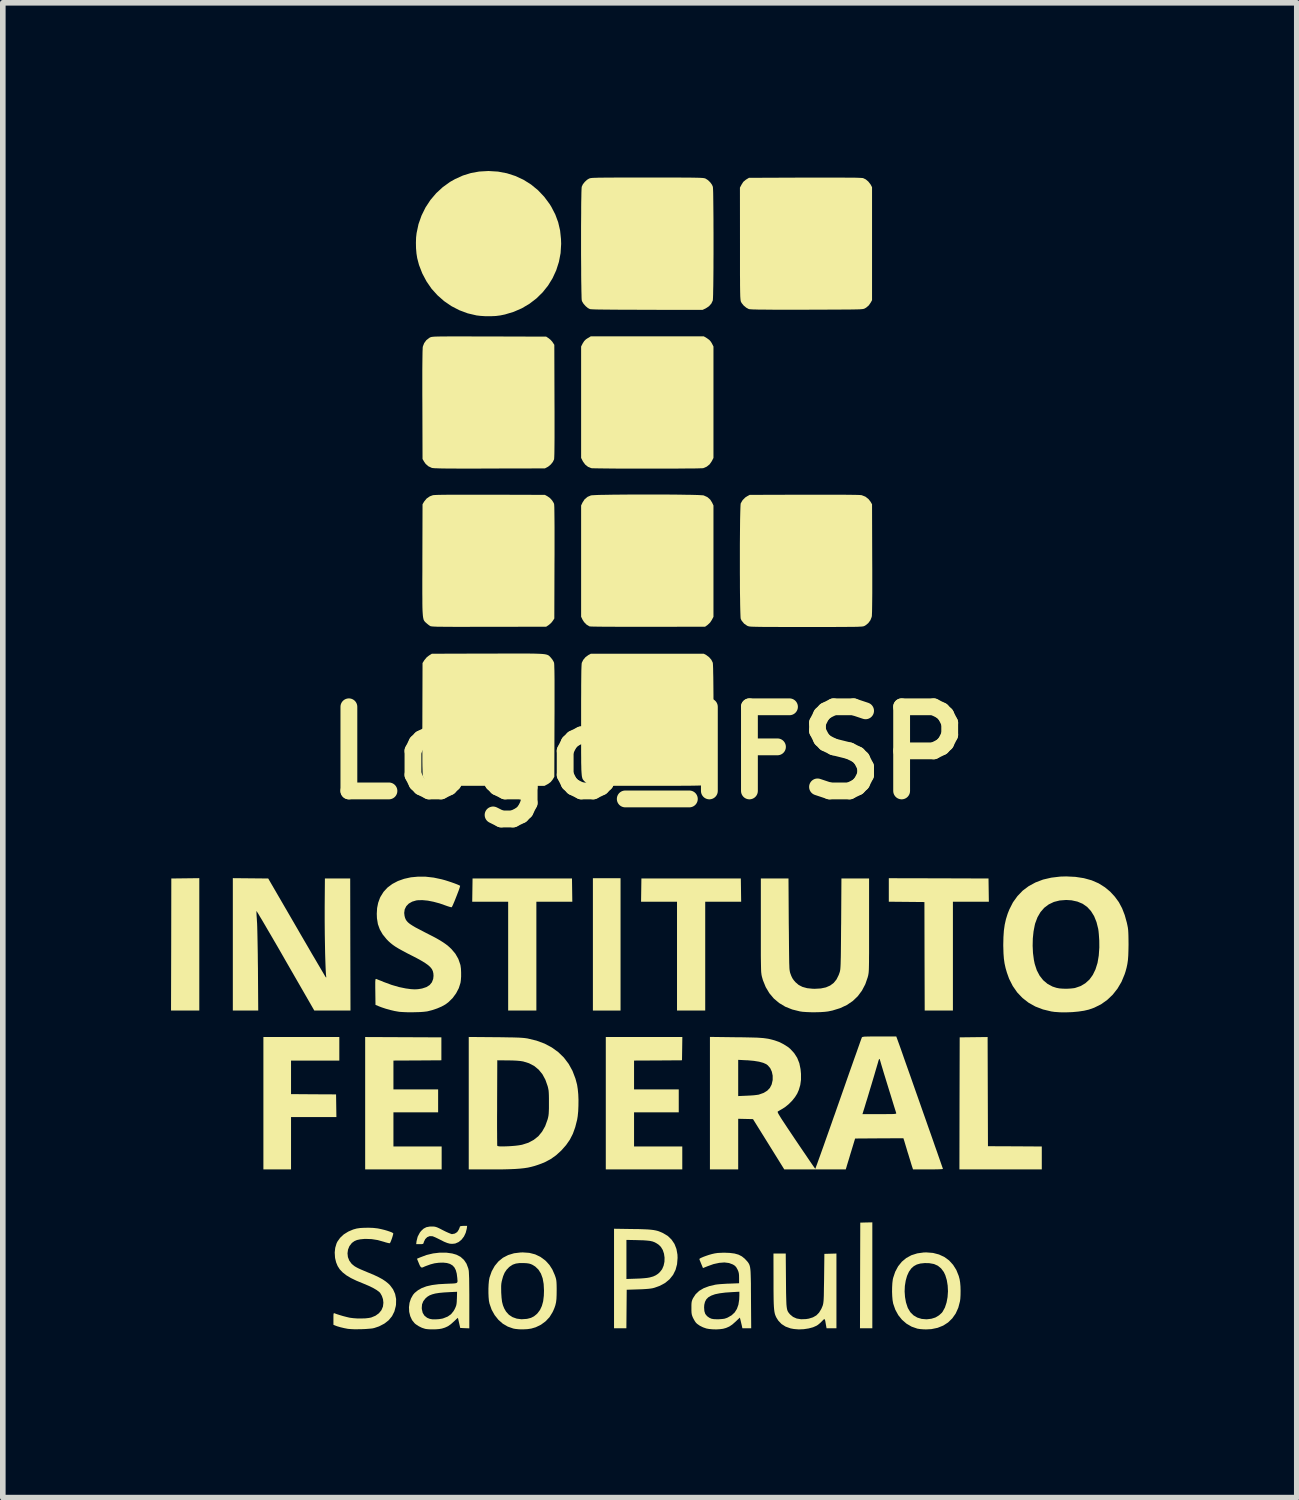
<source format=kicad_pcb>
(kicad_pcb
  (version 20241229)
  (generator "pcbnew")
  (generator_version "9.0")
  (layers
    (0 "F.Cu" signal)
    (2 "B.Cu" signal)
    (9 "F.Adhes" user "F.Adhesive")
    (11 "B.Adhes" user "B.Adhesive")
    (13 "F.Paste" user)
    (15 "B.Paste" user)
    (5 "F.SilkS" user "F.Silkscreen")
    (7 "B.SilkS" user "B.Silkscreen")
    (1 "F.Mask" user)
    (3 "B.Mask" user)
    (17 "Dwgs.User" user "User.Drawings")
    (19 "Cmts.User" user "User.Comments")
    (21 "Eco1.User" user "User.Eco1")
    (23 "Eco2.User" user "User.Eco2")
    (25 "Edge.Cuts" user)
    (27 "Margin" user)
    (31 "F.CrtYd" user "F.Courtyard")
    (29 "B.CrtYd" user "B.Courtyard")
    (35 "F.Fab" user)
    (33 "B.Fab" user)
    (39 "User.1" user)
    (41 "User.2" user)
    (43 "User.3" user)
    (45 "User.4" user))
  (footprint "Logo_IFSP"
    (layer "F.Cu")
    (at 8.493 10.376)
    (property "Reference" "Logo_IFSP" (at 0 0 0) (layer "F.SilkS") (effects (font (size 1.5 1.5) (thickness 0.3))))
    (attr board_only exclude_from_pos_files exclude_from_bom)
    (fp_poly (pts (xy -7.989 3.415) (xy -7.989 4.595) (xy -8.241 4.595) (xy -8.493 4.595) (xy -8.49 3.418) (xy -8.488 2.24) (xy -8.238 2.237) (xy -7.989 2.234)) (stroke (width 0) (type solid)) (fill yes) (layer "F.SilkS"))
    (fp_poly (pts (xy -0.477 3.415) (xy -0.477 4.595) (xy -0.724 4.595) (xy -0.97 4.595) (xy -0.97 3.415) (xy -0.97 2.235) (xy -0.724 2.235) (xy -0.477 2.235)) (stroke (width 0) (type solid)) (fill yes) (layer "F.SilkS"))
    (fp_poly (pts (xy 4.013 9.316) (xy 4.013 10.261) (xy 3.903 10.261) (xy 3.793 10.261) (xy 3.795 9.319) (xy 3.798 8.377) (xy 3.905 8.374) (xy 4.013 8.372)) (stroke (width 0) (type solid)) (fill yes) (layer "F.SilkS"))
    (fp_poly (pts (xy 6.072 6.04) (xy 6.075 7.014) (xy 6.555 7.016) (xy 7.035 7.019) (xy 7.035 7.224) (xy 7.035 7.428) (xy 6.3 7.428) (xy 5.566 7.428) (xy 5.568 6.25) (xy 5.571 5.073) (xy 5.82 5.07) (xy 6.069 5.067)) (stroke (width 0) (type solid)) (fill yes) (layer "F.SilkS"))
    (fp_poly (pts (xy -1.34 2.447) (xy -1.337 2.654) (xy -1.657 2.654) (xy -1.978 2.654) (xy -1.978 3.625) (xy -1.978 4.595) (xy -2.229 4.595) (xy -2.481 4.595) (xy -2.481 3.625) (xy -2.481 2.654) (xy -2.801 2.654) (xy -3.122 2.654) (xy -3.119 2.447) (xy -3.116 2.24) (xy -2.229 2.24) (xy -1.343 2.24)) (stroke (width 0) (type solid)) (fill yes) (layer "F.SilkS"))
    (fp_poly (pts (xy 1.671 2.447) (xy 1.674 2.654) (xy 1.354 2.654) (xy 1.033 2.654) (xy 1.033 3.625) (xy 1.033 4.595) (xy 0.782 4.595) (xy 0.53 4.595) (xy 0.53 3.625) (xy 0.53 2.654) (xy 0.21 2.654) (xy -0.111 2.654) (xy -0.108 2.447) (xy -0.105 2.24) (xy 0.782 2.24) (xy 1.668 2.24)) (stroke (width 0) (type solid)) (fill yes) (layer "F.SilkS"))
    (fp_poly (pts (xy 5.196 2.237) (xy 6.085 2.24) (xy 6.088 2.447) (xy 6.091 2.654) (xy 5.771 2.654) (xy 5.45 2.654) (xy 5.45 3.625) (xy 5.45 4.595) (xy 5.199 4.595) (xy 4.947 4.595) (xy 4.944 3.627) (xy 4.942 2.66) (xy 4.624 2.657) (xy 4.307 2.654) (xy 4.307 2.444) (xy 4.307 2.235)) (stroke (width 0) (type solid)) (fill yes) (layer "F.SilkS"))
    (fp_poly (pts (xy -5.492 5.277) (xy -5.492 5.487) (xy -5.922 5.487) (xy -6.353 5.487) (xy -6.353 5.786) (xy -6.353 6.085) (xy -5.951 6.088) (xy -5.55 6.09) (xy -5.547 6.292) (xy -5.544 6.494) (xy -5.948 6.494) (xy -6.353 6.494) (xy -6.353 6.961) (xy -6.353 7.428) (xy -6.599 7.428) (xy -6.846 7.428) (xy -6.846 6.248) (xy -6.846 5.067) (xy -6.169 5.067) (xy -5.492 5.067)) (stroke (width 0) (type solid)) (fill yes) (layer "F.SilkS"))
    (fp_poly (pts (xy -4.351 5.07) (xy -3.672 5.073) (xy -3.672 5.277) (xy -3.672 5.482) (xy -4.1 5.485) (xy -4.527 5.487) (xy -4.527 5.744) (xy -4.527 6.001) (xy -4.128 6.001) (xy -3.73 6.001) (xy -3.73 6.206) (xy -3.73 6.41) (xy -4.128 6.41) (xy -4.527 6.41) (xy -4.527 6.715) (xy -4.527 7.019) (xy -4.097 7.019) (xy -3.667 7.019) (xy -3.667 7.223) (xy -3.667 7.428) (xy -4.349 7.428) (xy -5.031 7.428) (xy -5.031 6.248) (xy -5.031 5.067)) (stroke (width 0) (type solid)) (fill yes) (layer "F.SilkS"))
    (fp_poly (pts (xy 0.622 5.275) (xy 0.619 5.482) (xy 0.191 5.485) (xy -0.236 5.487) (xy -0.236 5.744) (xy -0.236 6.001) (xy 0.163 6.001) (xy 0.561 6.001) (xy 0.561 6.206) (xy 0.561 6.41) (xy 0.163 6.41) (xy -0.236 6.41) (xy -0.236 6.715) (xy -0.236 7.019) (xy 0.194 7.019) (xy 0.624 7.019) (xy 0.624 7.223) (xy 0.624 7.428) (xy -0.058 7.428) (xy -0.74 7.428) (xy -0.74 6.248) (xy -0.74 5.067) (xy -0.057 5.067) (xy 0.625 5.067)) (stroke (width 0) (type solid)) (fill yes) (layer "F.SilkS"))
    (fp_poly (pts (xy 1.065 -7.394) (xy 1.105 -7.365) (xy 1.134 -7.332) (xy 1.151 -7.304) (xy 1.18 -7.247) (xy 1.18 -6.254) (xy 1.18 -5.26) (xy 1.151 -5.203) (xy 1.112 -5.146) (xy 1.06 -5.104) (xy 0.999 -5.078) (xy 0.996 -5.077) (xy 0.979 -5.076) (xy 0.943 -5.075) (xy 0.89 -5.073) (xy 0.821 -5.072) (xy 0.739 -5.072) (xy 0.644 -5.071) (xy 0.54 -5.07) (xy 0.428 -5.07) (xy 0.309 -5.069) (xy 0.185 -5.069) (xy 0.059 -5.069) (xy -0.068 -5.069) (xy -0.194 -5.069) (xy -0.317 -5.069) (xy -0.436 -5.07) (xy -0.548 -5.07) (xy -0.652 -5.071) (xy -0.746 -5.072) (xy -0.828 -5.073) (xy -0.896 -5.074) (xy -0.949 -5.075) (xy -0.985 -5.076) (xy -1.001 -5.078) (xy -1.057 -5.101) (xy -1.107 -5.141) (xy -1.146 -5.194) (xy -1.151 -5.203) (xy -1.18 -5.26) (xy -1.18 -6.254) (xy -1.18 -7.247) (xy -1.151 -7.304) (xy -1.125 -7.344) (xy -1.094 -7.375) (xy -1.065 -7.394) (xy -1.008 -7.428) (xy -0.000001 -7.428) (xy 1.008 -7.428)) (stroke (width 0) (type solid)) (fill yes) (layer "F.SilkS"))
    (fp_poly (pts (xy 0.087 -4.607) (xy 0.215 -4.607) (xy 0.339 -4.607) (xy 0.458 -4.606) (xy 0.57 -4.605) (xy 0.673 -4.603) (xy 0.766 -4.602) (xy 0.847 -4.6) (xy 0.913 -4.598) (xy 0.963 -4.595) (xy 0.996 -4.593) (xy 1.006 -4.591) (xy 1.072 -4.561) (xy 1.122 -4.517) (xy 1.155 -4.465) (xy 1.18 -4.412) (xy 1.18 -3.419) (xy 1.18 -2.426) (xy 1.151 -2.371) (xy 1.12 -2.324) (xy 1.08 -2.286) (xy 1.077 -2.283) (xy 1.031 -2.25) (xy 0.012 -2.248) (xy -0.152 -2.248) (xy -0.306 -2.248) (xy -0.448 -2.248) (xy -0.577 -2.249) (xy -0.692 -2.249) (xy -0.792 -2.25) (xy -0.876 -2.251) (xy -0.943 -2.252) (xy -0.992 -2.253) (xy -1.022 -2.255) (xy -1.031 -2.256) (xy -1.083 -2.287) (xy -1.128 -2.333) (xy -1.154 -2.374) (xy -1.18 -2.428) (xy -1.18 -3.42) (xy -1.18 -4.412) (xy -1.155 -4.465) (xy -1.117 -4.523) (xy -1.065 -4.566) (xy -1.006 -4.591) (xy -0.986 -4.594) (xy -0.947 -4.596) (xy -0.891 -4.599) (xy -0.819 -4.601) (xy -0.734 -4.602) (xy -0.637 -4.604) (xy -0.53 -4.605) (xy -0.415 -4.606) (xy -0.294 -4.607) (xy -0.169 -4.607) (xy -0.041 -4.607)) (stroke (width 0) (type solid)) (fill yes) (layer "F.SilkS"))
    (fp_poly (pts (xy -3.219 8.484) (xy -3.238 8.558) (xy -3.269 8.624) (xy -3.312 8.68) (xy -3.364 8.723) (xy -3.421 8.748) (xy -3.43 8.75) (xy -3.474 8.755) (xy -3.519 8.753) (xy -3.567 8.74) (xy -3.624 8.717) (xy -3.693 8.682) (xy -3.693 8.682) (xy -3.739 8.659) (xy -3.781 8.639) (xy -3.815 8.625) (xy -3.832 8.619) (xy -3.881 8.618) (xy -3.925 8.636) (xy -3.96 8.671) (xy -3.984 8.72) (xy -3.987 8.732) (xy -3.992 8.748) (xy -4.002 8.756) (xy -4.021 8.76) (xy -4.056 8.76) (xy -4.058 8.76) (xy -4.121 8.76) (xy -4.115 8.708) (xy -4.095 8.628) (xy -4.057 8.556) (xy -4.034 8.526) (xy -3.989 8.484) (xy -3.939 8.458) (xy -3.88 8.447) (xy -3.847 8.446) (xy -3.817 8.446) (xy -3.791 8.449) (xy -3.766 8.455) (xy -3.737 8.466) (xy -3.699 8.484) (xy -3.647 8.511) (xy -3.641 8.514) (xy -3.591 8.539) (xy -3.546 8.559) (xy -3.509 8.574) (xy -3.486 8.582) (xy -3.482 8.582) (xy -3.432 8.572) (xy -3.39 8.545) (xy -3.364 8.506) (xy -3.351 8.477) (xy -3.343 8.454) (xy -3.342 8.448) (xy -3.331 8.44) (xy -3.301 8.436) (xy -3.277 8.435) (xy -3.213 8.435)) (stroke (width 0) (type solid)) (fill yes) (layer "F.SilkS"))
    (fp_poly (pts (xy -2.662 -10.366) (xy -2.503 -10.336) (xy -2.351 -10.287) (xy -2.207 -10.22) (xy -2.072 -10.135) (xy -1.949 -10.034) (xy -1.838 -9.917) (xy -1.74 -9.785) (xy -1.71 -9.736) (xy -1.64 -9.6) (xy -1.589 -9.462) (xy -1.555 -9.317) (xy -1.539 -9.164) (xy -1.536 -9.077) (xy -1.546 -8.913) (xy -1.576 -8.756) (xy -1.624 -8.606) (xy -1.689 -8.465) (xy -1.77 -8.333) (xy -1.867 -8.212) (xy -1.977 -8.104) (xy -2.101 -8.009) (xy -2.236 -7.929) (xy -2.383 -7.865) (xy -2.539 -7.818) (xy -2.622 -7.801) (xy -2.7 -7.791) (xy -2.79 -7.787) (xy -2.884 -7.787) (xy -2.975 -7.793) (xy -3.044 -7.801) (xy -3.202 -7.838) (xy -3.352 -7.894) (xy -3.493 -7.967) (xy -3.623 -8.056) (xy -3.741 -8.16) (xy -3.847 -8.277) (xy -3.937 -8.408) (xy -4.012 -8.549) (xy -4.071 -8.701) (xy -4.103 -8.823) (xy -4.116 -8.904) (xy -4.124 -8.998) (xy -4.126 -9.096) (xy -4.123 -9.19) (xy -4.114 -9.269) (xy -4.08 -9.429) (xy -4.026 -9.582) (xy -3.955 -9.726) (xy -3.867 -9.86) (xy -3.764 -9.981) (xy -3.647 -10.089) (xy -3.516 -10.183) (xy -3.429 -10.232) (xy -3.288 -10.296) (xy -3.146 -10.34) (xy -2.998 -10.367) (xy -2.841 -10.376) (xy -2.826 -10.376)) (stroke (width 0) (type solid)) (fill yes) (layer "F.SilkS"))
    (fp_poly (pts (xy -0.265 8.491) (xy -0.159 8.492) (xy -0.071 8.495) (xy 0.002 8.498) (xy 0.062 8.503) (xy 0.112 8.509) (xy 0.154 8.517) (xy 0.193 8.527) (xy 0.229 8.541) (xy 0.267 8.557) (xy 0.283 8.565) (xy 0.366 8.615) (xy 0.433 8.68) (xy 0.485 8.757) (xy 0.52 8.847) (xy 0.538 8.948) (xy 0.54 9.007) (xy 0.531 9.118) (xy 0.504 9.219) (xy 0.46 9.308) (xy 0.398 9.386) (xy 0.32 9.451) (xy 0.225 9.503) (xy 0.131 9.537) (xy 0.098 9.546) (xy 0.063 9.552) (xy 0.022 9.557) (xy -0.029 9.561) (xy -0.094 9.565) (xy -0.157 9.567) (xy -0.367 9.574) (xy -0.37 9.917) (xy -0.373 10.261) (xy -0.483 10.261) (xy -0.593 10.261) (xy -0.593 9.373) (xy -0.593 9.034) (xy -0.372 9.034) (xy -0.372 9.382) (xy -0.197 9.376) (xy -0.123 9.373) (xy -0.056 9.368) (xy 0.000137 9.362) (xy 0.041 9.355) (xy 0.045 9.354) (xy 0.105 9.337) (xy 0.151 9.316) (xy 0.192 9.289) (xy 0.223 9.26) (xy 0.264 9.208) (xy 0.291 9.145) (xy 0.306 9.075) (xy 0.308 9.002) (xy 0.298 8.931) (xy 0.276 8.865) (xy 0.242 8.809) (xy 0.202 8.77) (xy 0.166 8.746) (xy 0.131 8.727) (xy 0.094 8.713) (xy 0.05 8.703) (xy -0.003 8.697) (xy -0.07 8.692) (xy -0.154 8.69) (xy -0.165 8.689) (xy -0.372 8.685) (xy -0.372 9.034) (xy -0.593 9.034) (xy -0.593 8.486)) (stroke (width 0) (type solid)) (fill yes) (layer "F.SilkS"))
    (fp_poly (pts (xy -7.075 2.237) (xy -6.76 2.24) (xy -6.252 3.115) (xy -6.18 3.24) (xy -6.11 3.36) (xy -6.044 3.473) (xy -5.983 3.579) (xy -5.926 3.675) (xy -5.875 3.762) (xy -5.831 3.837) (xy -5.794 3.9) (xy -5.765 3.949) (xy -5.745 3.983) (xy -5.734 4) (xy -5.733 4.002) (xy -5.725 4.004) (xy -5.725 3.99) (xy -5.727 3.982) (xy -5.73 3.954) (xy -5.733 3.908) (xy -5.736 3.845) (xy -5.739 3.767) (xy -5.742 3.678) (xy -5.745 3.578) (xy -5.747 3.47) (xy -5.749 3.357) (xy -5.751 3.24) (xy -5.752 3.122) (xy -5.753 3.005) (xy -5.753 2.89) (xy -5.753 2.781) (xy -5.753 2.744) (xy -5.749 2.24) (xy -5.524 2.24) (xy -5.298 2.24) (xy -5.296 3.418) (xy -5.293 4.595) (xy -5.616 4.595) (xy -5.938 4.595) (xy -6.452 3.702) (xy -6.524 3.576) (xy -6.593 3.456) (xy -6.659 3.343) (xy -6.72 3.238) (xy -6.777 3.141) (xy -6.827 3.055) (xy -6.871 2.98) (xy -6.908 2.919) (xy -6.936 2.871) (xy -6.957 2.838) (xy -6.967 2.822) (xy -6.969 2.82) (xy -6.97 2.834) (xy -6.969 2.865) (xy -6.967 2.909) (xy -6.963 2.963) (xy -6.961 3.003) (xy -6.958 3.043) (xy -6.956 3.102) (xy -6.954 3.178) (xy -6.952 3.267) (xy -6.95 3.369) (xy -6.948 3.48) (xy -6.946 3.598) (xy -6.945 3.721) (xy -6.943 3.846) (xy -6.943 3.884) (xy -6.938 4.595) (xy -7.165 4.595) (xy -7.391 4.595) (xy -7.391 3.415) (xy -7.391 2.234)) (stroke (width 0) (type solid)) (fill yes) (layer "F.SilkS"))
    (fp_poly (pts (xy -3.333 -7.427) (xy -3.212 -7.427) (xy -3.074 -7.426) (xy -2.916 -7.426) (xy -2.819 -7.426) (xy -1.803 -7.423) (xy -1.759 -7.394) (xy -1.725 -7.366) (xy -1.694 -7.332) (xy -1.687 -7.321) (xy -1.658 -7.277) (xy -1.655 -6.275) (xy -1.654 -6.081) (xy -1.654 -5.907) (xy -1.654 -5.752) (xy -1.654 -5.618) (xy -1.655 -5.503) (xy -1.656 -5.408) (xy -1.657 -5.334) (xy -1.659 -5.28) (xy -1.661 -5.246) (xy -1.662 -5.235) (xy -1.684 -5.189) (xy -1.72 -5.144) (xy -1.765 -5.106) (xy -1.782 -5.096) (xy -1.826 -5.073) (xy -2.812 -5.071) (xy -2.985 -5.07) (xy -3.138 -5.07) (xy -3.272 -5.07) (xy -3.389 -5.07) (xy -3.49 -5.071) (xy -3.575 -5.071) (xy -3.646 -5.072) (xy -3.704 -5.073) (xy -3.751 -5.075) (xy -3.787 -5.076) (xy -3.813 -5.078) (xy -3.831 -5.08) (xy -3.842 -5.082) (xy -3.904 -5.111) (xy -3.952 -5.153) (xy -3.979 -5.191) (xy -4.008 -5.241) (xy -4.011 -6.216) (xy -4.012 -6.398) (xy -4.012 -6.56) (xy -4.012 -6.703) (xy -4.012 -6.827) (xy -4.011 -6.933) (xy -4.01 -7.023) (xy -4.009 -7.096) (xy -4.008 -7.155) (xy -4.006 -7.199) (xy -4.005 -7.229) (xy -4.002 -7.247) (xy -4.002 -7.248) (xy -3.979 -7.307) (xy -3.94 -7.36) (xy -3.887 -7.401) (xy -3.875 -7.408) (xy -3.868 -7.411) (xy -3.859 -7.414) (xy -3.849 -7.417) (xy -3.835 -7.419) (xy -3.816 -7.421) (xy -3.79 -7.423) (xy -3.758 -7.424) (xy -3.716 -7.425) (xy -3.665 -7.426) (xy -3.602 -7.426) (xy -3.527 -7.427) (xy -3.437 -7.427)) (stroke (width 0) (type solid)) (fill yes) (layer "F.SilkS"))
    (fp_poly (pts (xy -3.057 -4.604) (xy -2.879 -4.604) (xy -2.801 -4.604) (xy -1.826 -4.601) (xy -1.782 -4.577) (xy -1.736 -4.545) (xy -1.696 -4.501) (xy -1.668 -4.455) (xy -1.662 -4.438) (xy -1.66 -4.42) (xy -1.658 -4.381) (xy -1.657 -4.322) (xy -1.656 -4.242) (xy -1.655 -4.142) (xy -1.654 -4.022) (xy -1.654 -3.882) (xy -1.654 -3.722) (xy -1.654 -3.543) (xy -1.655 -3.398) (xy -1.658 -2.396) (xy -1.687 -2.352) (xy -1.714 -2.318) (xy -1.749 -2.287) (xy -1.759 -2.279) (xy -1.803 -2.25) (xy -2.821 -2.248) (xy -2.992 -2.248) (xy -3.142 -2.248) (xy -3.275 -2.247) (xy -3.389 -2.247) (xy -3.488 -2.248) (xy -3.572 -2.248) (xy -3.643 -2.249) (xy -3.701 -2.249) (xy -3.749 -2.25) (xy -3.786 -2.252) (xy -3.815 -2.253) (xy -3.837 -2.255) (xy -3.853 -2.257) (xy -3.863 -2.259) (xy -3.871 -2.262) (xy -3.871 -2.262) (xy -3.898 -2.28) (xy -3.929 -2.305) (xy -3.942 -2.317) (xy -3.954 -2.327) (xy -3.964 -2.337) (xy -3.973 -2.348) (xy -3.981 -2.36) (xy -3.988 -2.374) (xy -3.993 -2.393) (xy -3.998 -2.418) (xy -4.002 -2.449) (xy -4.005 -2.488) (xy -4.008 -2.536) (xy -4.01 -2.595) (xy -4.011 -2.666) (xy -4.011 -2.749) (xy -4.012 -2.847) (xy -4.012 -2.961) (xy -4.012 -3.092) (xy -4.011 -3.241) (xy -4.011 -3.409) (xy -4.011 -3.442) (xy -4.008 -4.433) (xy -3.98 -4.481) (xy -3.936 -4.535) (xy -3.878 -4.575) (xy -3.824 -4.595) (xy -3.807 -4.597) (xy -3.774 -4.599) (xy -3.725 -4.601) (xy -3.659 -4.602) (xy -3.576 -4.603) (xy -3.474 -4.604) (xy -3.355 -4.604) (xy -3.216 -4.604)) (stroke (width 0) (type solid)) (fill yes) (layer "F.SilkS"))
    (fp_poly (pts (xy -2.173 -1.772) (xy -2.086 -1.771) (xy -2.013 -1.77) (xy -1.952 -1.768) (xy -1.901 -1.766) (xy -1.86 -1.763) (xy -1.827 -1.759) (xy -1.802 -1.754) (xy -1.782 -1.748) (xy -1.766 -1.741) (xy -1.753 -1.732) (xy -1.743 -1.723) (xy -1.732 -1.712) (xy -1.722 -1.7) (xy -1.717 -1.695) (xy -1.691 -1.662) (xy -1.671 -1.627) (xy -1.663 -1.609) (xy -1.661 -1.594) (xy -1.659 -1.565) (xy -1.658 -1.521) (xy -1.656 -1.461) (xy -1.655 -1.386) (xy -1.654 -1.293) (xy -1.654 -1.182) (xy -1.654 -1.054) (xy -1.654 -0.906) (xy -1.654 -0.739) (xy -1.655 -0.571) (xy -1.658 0.427) (xy -1.689 0.478) (xy -1.723 0.52) (xy -1.766 0.552) (xy -1.777 0.558) (xy -1.833 0.588) (xy -2.831 0.587) (xy -2.999 0.587) (xy -3.146 0.587) (xy -3.276 0.587) (xy -3.388 0.587) (xy -3.485 0.586) (xy -3.566 0.586) (xy -3.635 0.585) (xy -3.692 0.584) (xy -3.738 0.583) (xy -3.775 0.582) (xy -3.804 0.58) (xy -3.826 0.578) (xy -3.842 0.576) (xy -3.855 0.574) (xy -3.864 0.571) (xy -3.872 0.568) (xy -3.922 0.535) (xy -3.965 0.487) (xy -3.995 0.432) (xy -4.003 0.405) (xy -4.005 0.387) (xy -4.007 0.352) (xy -4.008 0.302) (xy -4.01 0.234) (xy -4.011 0.15) (xy -4.011 0.047) (xy -4.012 -0.074) (xy -4.012 -0.215) (xy -4.012 -0.374) (xy -4.011 -0.555) (xy -4.011 -0.625) (xy -4.008 -1.602) (xy -3.976 -1.653) (xy -3.935 -1.703) (xy -3.893 -1.736) (xy -3.842 -1.768) (xy -2.85 -1.771) (xy -2.678 -1.771) (xy -2.525 -1.772) (xy -2.391 -1.772) (xy -2.274 -1.772)) (stroke (width 0) (type solid)) (fill yes) (layer "F.SilkS"))
    (fp_poly (pts (xy 3.373 9.594) (xy 3.373 10.261) (xy 3.285 10.261) (xy 3.197 10.261) (xy 3.184 10.19) (xy 3.176 10.141) (xy 3.169 10.111) (xy 3.161 10.098) (xy 3.15 10.1) (xy 3.134 10.115) (xy 3.113 10.137) (xy 3.08 10.169) (xy 3.045 10.198) (xy 3.021 10.214) (xy 2.956 10.243) (xy 2.877 10.264) (xy 2.791 10.277) (xy 2.701 10.281) (xy 2.615 10.274) (xy 2.555 10.263) (xy 2.466 10.231) (xy 2.394 10.185) (xy 2.336 10.124) (xy 2.302 10.07) (xy 2.291 10.047) (xy 2.281 10.022) (xy 2.273 9.995) (xy 2.267 9.964) (xy 2.262 9.926) (xy 2.258 9.879) (xy 2.255 9.822) (xy 2.253 9.753) (xy 2.252 9.669) (xy 2.251 9.569) (xy 2.251 9.45) (xy 2.251 9.408) (xy 2.25 8.928) (xy 2.36 8.928) (xy 2.469 8.928) (xy 2.473 9.408) (xy 2.474 9.527) (xy 2.475 9.627) (xy 2.477 9.709) (xy 2.479 9.777) (xy 2.481 9.831) (xy 2.485 9.874) (xy 2.49 9.908) (xy 2.496 9.935) (xy 2.504 9.956) (xy 2.514 9.974) (xy 2.526 9.99) (xy 2.54 10.007) (xy 2.546 10.014) (xy 2.599 10.058) (xy 2.664 10.087) (xy 2.742 10.1) (xy 2.829 10.097) (xy 2.88 10.089) (xy 2.954 10.066) (xy 3.015 10.031) (xy 3.063 9.982) (xy 3.103 9.916) (xy 3.124 9.867) (xy 3.13 9.851) (xy 3.134 9.835) (xy 3.138 9.816) (xy 3.141 9.793) (xy 3.144 9.764) (xy 3.146 9.726) (xy 3.148 9.677) (xy 3.149 9.615) (xy 3.15 9.538) (xy 3.152 9.443) (xy 3.153 9.369) (xy 3.158 8.934) (xy 3.265 8.931) (xy 3.373 8.928)) (stroke (width 0) (type solid)) (fill yes) (layer "F.SilkS"))
    (fp_poly (pts (xy 3.316 -10.259) (xy 3.444 -10.259) (xy 3.554 -10.258) (xy 3.646 -10.258) (xy 3.72 -10.257) (xy 3.777 -10.255) (xy 3.817 -10.253) (xy 3.841 -10.251) (xy 3.848 -10.25) (xy 3.896 -10.227) (xy 3.941 -10.189) (xy 3.979 -10.141) (xy 3.985 -10.131) (xy 4.008 -10.088) (xy 4.008 -9.08) (xy 4.008 -8.073) (xy 3.985 -8.031) (xy 3.95 -7.98) (xy 3.903 -7.94) (xy 3.877 -7.925) (xy 3.87 -7.922) (xy 3.861 -7.919) (xy 3.85 -7.916) (xy 3.834 -7.914) (xy 3.813 -7.912) (xy 3.786 -7.91) (xy 3.75 -7.909) (xy 3.705 -7.908) (xy 3.65 -7.907) (xy 3.582 -7.906) (xy 3.502 -7.906) (xy 3.406 -7.905) (xy 3.296 -7.905) (xy 3.168 -7.904) (xy 3.022 -7.904) (xy 2.856 -7.903) (xy 2.843 -7.903) (xy 2.666 -7.903) (xy 2.509 -7.903) (xy 2.371 -7.903) (xy 2.251 -7.903) (xy 2.148 -7.904) (xy 2.061 -7.905) (xy 1.988 -7.905) (xy 1.93 -7.907) (xy 1.884 -7.908) (xy 1.85 -7.91) (xy 1.827 -7.912) (xy 1.813 -7.914) (xy 1.811 -7.914) (xy 1.765 -7.939) (xy 1.72 -7.976) (xy 1.685 -8.019) (xy 1.672 -8.041) (xy 1.669 -8.049) (xy 1.666 -8.058) (xy 1.664 -8.07) (xy 1.662 -8.087) (xy 1.66 -8.109) (xy 1.658 -8.137) (xy 1.657 -8.173) (xy 1.656 -8.219) (xy 1.655 -8.275) (xy 1.654 -8.344) (xy 1.654 -8.425) (xy 1.653 -8.521) (xy 1.653 -8.632) (xy 1.653 -8.761) (xy 1.653 -8.907) (xy 1.653 -9.074) (xy 1.653 -9.082) (xy 1.652 -10.08) (xy 1.682 -10.136) (xy 1.712 -10.183) (xy 1.752 -10.217) (xy 1.762 -10.224) (xy 1.813 -10.255) (xy 2.811 -10.259) (xy 2.999 -10.259) (xy 3.167 -10.259)) (stroke (width 0) (type solid)) (fill yes) (layer "F.SilkS"))
    (fp_poly (pts (xy 5.095 8.917) (xy 5.202 8.945) (xy 5.298 8.99) (xy 5.382 9.051) (xy 5.453 9.129) (xy 5.511 9.221) (xy 5.554 9.328) (xy 5.57 9.388) (xy 5.579 9.445) (xy 5.585 9.515) (xy 5.587 9.591) (xy 5.586 9.668) (xy 5.582 9.737) (xy 5.576 9.78) (xy 5.546 9.895) (xy 5.5 9.997) (xy 5.439 10.084) (xy 5.364 10.157) (xy 5.277 10.213) (xy 5.177 10.253) (xy 5.066 10.276) (xy 4.969 10.281) (xy 4.917 10.279) (xy 4.867 10.275) (xy 4.826 10.269) (xy 4.815 10.267) (xy 4.714 10.232) (xy 4.623 10.179) (xy 4.543 10.11) (xy 4.476 10.027) (xy 4.423 9.93) (xy 4.385 9.821) (xy 4.384 9.815) (xy 4.374 9.759) (xy 4.368 9.689) (xy 4.365 9.611) (xy 4.365 9.605) (xy 4.589 9.605) (xy 4.596 9.704) (xy 4.613 9.799) (xy 4.642 9.888) (xy 4.649 9.904) (xy 4.691 9.974) (xy 4.747 10.03) (xy 4.815 10.07) (xy 4.894 10.094) (xy 4.981 10.101) (xy 5.066 10.091) (xy 5.137 10.069) (xy 5.201 10.031) (xy 5.253 9.984) (xy 5.267 9.965) (xy 5.308 9.89) (xy 5.337 9.801) (xy 5.355 9.704) (xy 5.362 9.602) (xy 5.357 9.5) (xy 5.341 9.402) (xy 5.314 9.313) (xy 5.287 9.257) (xy 5.24 9.194) (xy 5.182 9.146) (xy 5.113 9.115) (xy 5.03 9.1) (xy 4.949 9.098) (xy 4.87 9.106) (xy 4.806 9.124) (xy 4.753 9.153) (xy 4.709 9.192) (xy 4.666 9.252) (xy 4.632 9.327) (xy 4.608 9.413) (xy 4.593 9.507) (xy 4.589 9.605) (xy 4.365 9.605) (xy 4.366 9.531) (xy 4.37 9.456) (xy 4.378 9.391) (xy 4.384 9.364) (xy 4.421 9.253) (xy 4.473 9.156) (xy 4.539 9.074) (xy 4.618 9.008) (xy 4.71 8.958) (xy 4.815 8.925) (xy 4.93 8.909) (xy 4.978 8.908)) (stroke (width 0) (type solid)) (fill yes) (layer "F.SilkS"))
    (fp_poly (pts (xy 3.301 -4.604) (xy 3.429 -4.604) (xy 3.537 -4.603) (xy 3.628 -4.602) (xy 3.701 -4.601) (xy 3.756 -4.6) (xy 3.796 -4.598) (xy 3.819 -4.596) (xy 3.824 -4.595) (xy 3.89 -4.569) (xy 3.945 -4.526) (xy 3.98 -4.481) (xy 4.008 -4.433) (xy 4.011 -3.457) (xy 4.012 -3.275) (xy 4.012 -3.113) (xy 4.012 -2.97) (xy 4.012 -2.846) (xy 4.011 -2.74) (xy 4.01 -2.65) (xy 4.009 -2.577) (xy 4.008 -2.518) (xy 4.006 -2.474) (xy 4.005 -2.444) (xy 4.002 -2.426) (xy 4.002 -2.425) (xy 3.979 -2.366) (xy 3.94 -2.313) (xy 3.888 -2.272) (xy 3.875 -2.265) (xy 3.868 -2.262) (xy 3.86 -2.259) (xy 3.849 -2.256) (xy 3.834 -2.254) (xy 3.814 -2.252) (xy 3.788 -2.251) (xy 3.754 -2.249) (xy 3.712 -2.248) (xy 3.659 -2.247) (xy 3.595 -2.247) (xy 3.517 -2.246) (xy 3.426 -2.246) (xy 3.32 -2.245) (xy 3.196 -2.245) (xy 3.055 -2.245) (xy 2.895 -2.245) (xy 2.831 -2.245) (xy 2.663 -2.245) (xy 2.515 -2.245) (xy 2.385 -2.245) (xy 2.273 -2.246) (xy 2.176 -2.246) (xy 2.094 -2.246) (xy 2.026 -2.247) (xy 1.969 -2.248) (xy 1.922 -2.249) (xy 1.885 -2.25) (xy 1.857 -2.251) (xy 1.834 -2.253) (xy 1.818 -2.255) (xy 1.805 -2.258) (xy 1.796 -2.261) (xy 1.788 -2.264) (xy 1.781 -2.267) (xy 1.726 -2.305) (xy 1.683 -2.357) (xy 1.667 -2.389) (xy 1.664 -2.406) (xy 1.662 -2.441) (xy 1.66 -2.495) (xy 1.658 -2.563) (xy 1.656 -2.646) (xy 1.655 -2.741) (xy 1.653 -2.845) (xy 1.652 -2.959) (xy 1.652 -3.079) (xy 1.651 -3.203) (xy 1.651 -3.331) (xy 1.651 -3.46) (xy 1.651 -3.588) (xy 1.651 -3.714) (xy 1.652 -3.836) (xy 1.653 -3.952) (xy 1.654 -4.061) (xy 1.655 -4.159) (xy 1.657 -4.247) (xy 1.659 -4.321) (xy 1.661 -4.38) (xy 1.663 -4.423) (xy 1.666 -4.447) (xy 1.667 -4.451) (xy 1.699 -4.506) (xy 1.746 -4.554) (xy 1.782 -4.577) (xy 1.826 -4.601) (xy 2.801 -4.604) (xy 2.988 -4.604) (xy 3.155 -4.604)) (stroke (width 0) (type solid)) (fill yes) (layer "F.SilkS"))
    (fp_poly (pts (xy -2.104 8.916) (xy -1.999 8.943) (xy -1.905 8.988) (xy -1.82 9.051) (xy -1.807 9.063) (xy -1.744 9.133) (xy -1.693 9.213) (xy -1.652 9.306) (xy -1.646 9.322) (xy -1.635 9.354) (xy -1.627 9.382) (xy -1.622 9.411) (xy -1.619 9.444) (xy -1.617 9.487) (xy -1.616 9.544) (xy -1.616 9.584) (xy -1.617 9.669) (xy -1.62 9.739) (xy -1.627 9.797) (xy -1.639 9.849) (xy -1.656 9.899) (xy -1.679 9.953) (xy -1.691 9.977) (xy -1.744 10.063) (xy -1.814 10.137) (xy -1.897 10.198) (xy -1.99 10.243) (xy -2.069 10.266) (xy -2.135 10.276) (xy -2.21 10.28) (xy -2.287 10.279) (xy -2.356 10.272) (xy -2.391 10.265) (xy -2.488 10.231) (xy -2.577 10.179) (xy -2.655 10.11) (xy -2.722 10.026) (xy -2.776 9.929) (xy -2.814 9.82) (xy -2.824 9.771) (xy -2.83 9.706) (xy -2.833 9.632) (xy -2.833 9.555) (xy -2.833 9.553) (xy -2.606 9.553) (xy -2.605 9.615) (xy -2.605 9.625) (xy -2.599 9.715) (xy -2.59 9.789) (xy -2.574 9.851) (xy -2.552 9.906) (xy -2.522 9.958) (xy -2.518 9.964) (xy -2.468 10.02) (xy -2.404 10.062) (xy -2.328 10.089) (xy -2.244 10.1) (xy -2.154 10.094) (xy -2.14 10.092) (xy -2.074 10.075) (xy -2.021 10.048) (xy -1.973 10.009) (xy -1.958 9.994) (xy -1.913 9.934) (xy -1.88 9.863) (xy -1.857 9.78) (xy -1.845 9.681) (xy -1.842 9.589) (xy -1.848 9.471) (xy -1.866 9.37) (xy -1.897 9.285) (xy -1.941 9.215) (xy -1.998 9.16) (xy -2.046 9.13) (xy -2.077 9.116) (xy -2.108 9.107) (xy -2.148 9.101) (xy -2.199 9.098) (xy -2.279 9.098) (xy -2.344 9.107) (xy -2.399 9.126) (xy -2.447 9.157) (xy -2.464 9.17) (xy -2.509 9.217) (xy -2.544 9.269) (xy -2.571 9.333) (xy -2.587 9.39) (xy -2.597 9.43) (xy -2.603 9.466) (xy -2.606 9.506) (xy -2.606 9.553) (xy -2.833 9.553) (xy -2.83 9.481) (xy -2.824 9.415) (xy -2.815 9.363) (xy -2.814 9.358) (xy -2.775 9.246) (xy -2.721 9.149) (xy -2.654 9.068) (xy -2.574 9.003) (xy -2.481 8.955) (xy -2.376 8.923) (xy -2.259 8.909) (xy -2.219 8.908)) (stroke (width 0) (type solid)) (fill yes) (layer "F.SilkS"))
    (fp_poly (pts (xy 1.051 -1.745) (xy 1.101 -1.708) (xy 1.142 -1.661) (xy 1.168 -1.608) (xy 1.168 -1.606) (xy 1.17 -1.589) (xy 1.172 -1.552) (xy 1.174 -1.499) (xy 1.175 -1.429) (xy 1.177 -1.346) (xy 1.178 -1.251) (xy 1.179 -1.146) (xy 1.18 -1.033) (xy 1.18 -0.913) (xy 1.181 -0.789) (xy 1.181 -0.662) (xy 1.181 -0.534) (xy 1.181 -0.406) (xy 1.18 -0.282) (xy 1.18 -0.162) (xy 1.179 -0.048) (xy 1.178 0.058) (xy 1.177 0.154) (xy 1.176 0.239) (xy 1.175 0.309) (xy 1.173 0.365) (xy 1.171 0.403) (xy 1.169 0.422) (xy 1.169 0.423) (xy 1.149 0.466) (xy 1.115 0.509) (xy 1.074 0.546) (xy 1.039 0.568) (xy 1.031 0.571) (xy 1.021 0.574) (xy 1.009 0.576) (xy 0.992 0.579) (xy 0.969 0.58) (xy 0.94 0.582) (xy 0.902 0.583) (xy 0.855 0.584) (xy 0.797 0.585) (xy 0.728 0.586) (xy 0.644 0.586) (xy 0.547 0.587) (xy 0.433 0.587) (xy 0.302 0.587) (xy 0.152 0.587) (xy -0.000001 0.587) (xy -0.167 0.587) (xy -0.315 0.587) (xy -0.444 0.587) (xy -0.556 0.587) (xy -0.652 0.586) (xy -0.734 0.586) (xy -0.803 0.585) (xy -0.859 0.584) (xy -0.905 0.583) (xy -0.942 0.582) (xy -0.971 0.58) (xy -0.992 0.579) (xy -1.009 0.576) (xy -1.021 0.574) (xy -1.031 0.571) (xy -1.038 0.568) (xy -1.039 0.568) (xy -1.074 0.547) (xy -1.107 0.519) (xy -1.114 0.513) (xy -1.125 0.502) (xy -1.135 0.492) (xy -1.143 0.481) (xy -1.151 0.47) (xy -1.157 0.456) (xy -1.162 0.437) (xy -1.167 0.414) (xy -1.17 0.384) (xy -1.173 0.346) (xy -1.176 0.298) (xy -1.177 0.241) (xy -1.179 0.171) (xy -1.179 0.089) (xy -1.18 -0.008) (xy -1.18 -0.121) (xy -1.18 -0.251) (xy -1.18 -0.398) (xy -1.18 -0.566) (xy -1.18 -0.583) (xy -1.18 -0.767) (xy -1.18 -0.93) (xy -1.179 -1.073) (xy -1.179 -1.198) (xy -1.178 -1.305) (xy -1.177 -1.394) (xy -1.176 -1.467) (xy -1.174 -1.524) (xy -1.172 -1.566) (xy -1.17 -1.593) (xy -1.168 -1.606) (xy -1.143 -1.658) (xy -1.103 -1.706) (xy -1.053 -1.743) (xy -1.051 -1.745) (xy -1.007 -1.768) (xy -0.000001 -1.768) (xy 1.007 -1.768)) (stroke (width 0) (type solid)) (fill yes) (layer "F.SilkS"))
    (fp_poly (pts (xy -2.709 5.07) (xy -2.591 5.071) (xy -2.491 5.073) (xy -2.408 5.074) (xy -2.34 5.076) (xy -2.284 5.078) (xy -2.238 5.081) (xy -2.2 5.084) (xy -2.168 5.088) (xy -2.14 5.092) (xy -2.135 5.093) (xy -1.977 5.131) (xy -1.833 5.184) (xy -1.703 5.253) (xy -1.588 5.336) (xy -1.488 5.433) (xy -1.403 5.545) (xy -1.334 5.67) (xy -1.281 5.809) (xy -1.252 5.917) (xy -1.24 5.995) (xy -1.231 6.087) (xy -1.227 6.187) (xy -1.228 6.291) (xy -1.232 6.39) (xy -1.241 6.48) (xy -1.251 6.541) (xy -1.285 6.675) (xy -1.327 6.792) (xy -1.381 6.898) (xy -1.448 6.994) (xy -1.529 7.086) (xy -1.536 7.093) (xy -1.627 7.176) (xy -1.72 7.242) (xy -1.821 7.296) (xy -1.885 7.323) (xy -1.948 7.346) (xy -2.009 7.366) (xy -2.069 7.382) (xy -2.131 7.396) (xy -2.198 7.406) (xy -2.272 7.414) (xy -2.356 7.42) (xy -2.452 7.424) (xy -2.563 7.427) (xy -2.69 7.428) (xy -2.776 7.428) (xy -3.184 7.428) (xy -3.184 6.59) (xy -2.679 6.59) (xy -2.679 6.692) (xy -2.678 6.782) (xy -2.678 6.859) (xy -2.677 6.922) (xy -2.677 6.969) (xy -2.676 6.998) (xy -2.675 7.007) (xy -2.663 7.013) (xy -2.633 7.017) (xy -2.59 7.018) (xy -2.537 7.017) (xy -2.477 7.015) (xy -2.415 7.011) (xy -2.354 7.006) (xy -2.297 6.999) (xy -2.249 6.991) (xy -2.23 6.987) (xy -2.12 6.952) (xy -2.025 6.901) (xy -1.943 6.836) (xy -1.876 6.754) (xy -1.821 6.657) (xy -1.78 6.543) (xy -1.776 6.531) (xy -1.768 6.499) (xy -1.762 6.468) (xy -1.758 6.433) (xy -1.756 6.392) (xy -1.754 6.34) (xy -1.754 6.272) (xy -1.754 6.237) (xy -1.754 6.162) (xy -1.755 6.104) (xy -1.757 6.058) (xy -1.76 6.021) (xy -1.766 5.989) (xy -1.773 5.958) (xy -1.777 5.943) (xy -1.817 5.829) (xy -1.87 5.731) (xy -1.936 5.65) (xy -2.016 5.584) (xy -2.109 5.535) (xy -2.212 5.503) (xy -2.26 5.495) (xy -2.324 5.489) (xy -2.405 5.485) (xy -2.482 5.484) (xy -2.675 5.482) (xy -2.678 6.237) (xy -2.678 6.361) (xy -2.679 6.48) (xy -2.679 6.59) (xy -3.184 6.59) (xy -3.184 6.247) (xy -3.184 5.066)) (stroke (width 0) (type solid)) (fill yes) (layer "F.SilkS"))
    (fp_poly (pts (xy 2.523 3.053) (xy 2.525 3.204) (xy 2.526 3.335) (xy 2.527 3.448) (xy 2.528 3.545) (xy 2.529 3.627) (xy 2.53 3.694) (xy 2.531 3.75) (xy 2.533 3.795) (xy 2.534 3.831) (xy 2.536 3.859) (xy 2.539 3.881) (xy 2.542 3.898) (xy 2.545 3.912) (xy 2.548 3.924) (xy 2.548 3.924) (xy 2.568 3.978) (xy 2.588 4.019) (xy 2.613 4.055) (xy 2.642 4.089) (xy 2.699 4.138) (xy 2.767 4.173) (xy 2.85 4.196) (xy 2.947 4.206) (xy 2.987 4.207) (xy 3.094 4.201) (xy 3.185 4.182) (xy 3.261 4.149) (xy 3.324 4.102) (xy 3.375 4.039) (xy 3.414 3.96) (xy 3.433 3.906) (xy 3.436 3.893) (xy 3.439 3.877) (xy 3.442 3.857) (xy 3.444 3.831) (xy 3.446 3.798) (xy 3.448 3.756) (xy 3.449 3.705) (xy 3.451 3.641) (xy 3.452 3.565) (xy 3.453 3.474) (xy 3.454 3.367) (xy 3.455 3.242) (xy 3.456 3.098) (xy 3.457 3.043) (xy 3.462 2.24) (xy 3.709 2.24) (xy 3.955 2.24) (xy 3.955 3.074) (xy 3.955 3.226) (xy 3.955 3.358) (xy 3.955 3.472) (xy 3.955 3.57) (xy 3.954 3.653) (xy 3.954 3.723) (xy 3.953 3.78) (xy 3.952 3.827) (xy 3.951 3.865) (xy 3.949 3.896) (xy 3.947 3.921) (xy 3.944 3.941) (xy 3.941 3.958) (xy 3.938 3.974) (xy 3.933 3.99) (xy 3.932 3.997) (xy 3.888 4.125) (xy 3.828 4.239) (xy 3.754 4.339) (xy 3.664 4.425) (xy 3.559 4.496) (xy 3.439 4.552) (xy 3.304 4.594) (xy 3.222 4.611) (xy 3.162 4.618) (xy 3.088 4.623) (xy 3.006 4.625) (xy 2.922 4.625) (xy 2.841 4.622) (xy 2.77 4.617) (xy 2.722 4.61) (xy 2.585 4.576) (xy 2.462 4.527) (xy 2.352 4.461) (xy 2.257 4.381) (xy 2.177 4.286) (xy 2.112 4.177) (xy 2.062 4.054) (xy 2.049 4.008) (xy 2.044 3.991) (xy 2.041 3.976) (xy 2.037 3.959) (xy 2.035 3.94) (xy 2.032 3.918) (xy 2.03 3.89) (xy 2.029 3.855) (xy 2.028 3.812) (xy 2.027 3.76) (xy 2.026 3.696) (xy 2.025 3.619) (xy 2.025 3.528) (xy 2.025 3.421) (xy 2.025 3.297) (xy 2.025 3.154) (xy 2.025 3.079) (xy 2.025 2.24) (xy 2.271 2.24) (xy 2.518 2.24)) (stroke (width 0) (type solid)) (fill yes) (layer "F.SilkS"))
    (fp_poly (pts (xy 0.167 -10.26) (xy 0.315 -10.26) (xy 0.444 -10.26) (xy 0.557 -10.26) (xy 0.653 -10.259) (xy 0.735 -10.259) (xy 0.803 -10.258) (xy 0.86 -10.257) (xy 0.906 -10.256) (xy 0.943 -10.255) (xy 0.972 -10.253) (xy 0.993 -10.252) (xy 1.01 -10.249) (xy 1.022 -10.247) (xy 1.032 -10.244) (xy 1.039 -10.241) (xy 1.082 -10.214) (xy 1.122 -10.175) (xy 1.154 -10.131) (xy 1.169 -10.096) (xy 1.171 -10.078) (xy 1.173 -10.042) (xy 1.175 -9.987) (xy 1.176 -9.918) (xy 1.177 -9.834) (xy 1.178 -9.739) (xy 1.179 -9.634) (xy 1.18 -9.521) (xy 1.18 -9.401) (xy 1.181 -9.276) (xy 1.181 -9.149) (xy 1.181 -9.021) (xy 1.181 -8.894) (xy 1.18 -8.769) (xy 1.18 -8.649) (xy 1.179 -8.535) (xy 1.178 -8.429) (xy 1.177 -8.334) (xy 1.175 -8.25) (xy 1.174 -8.179) (xy 1.172 -8.124) (xy 1.17 -8.087) (xy 1.168 -8.068) (xy 1.168 -8.067) (xy 1.142 -8.012) (xy 1.099 -7.964) (xy 1.044 -7.928) (xy 1.039 -7.925) (xy 0.986 -7.9) (xy -0.000001 -7.901) (xy -0.187 -7.902) (xy -0.354 -7.902) (xy -0.501 -7.903) (xy -0.629 -7.904) (xy -0.737 -7.905) (xy -0.828 -7.906) (xy -0.901 -7.907) (xy -0.956 -7.909) (xy -0.995 -7.911) (xy -1.018 -7.913) (xy -1.023 -7.914) (xy -1.06 -7.933) (xy -1.099 -7.966) (xy -1.135 -8.006) (xy -1.16 -8.046) (xy -1.167 -8.064) (xy -1.17 -8.082) (xy -1.172 -8.118) (xy -1.173 -8.173) (xy -1.175 -8.242) (xy -1.176 -8.326) (xy -1.178 -8.421) (xy -1.179 -8.526) (xy -1.179 -8.64) (xy -1.18 -8.76) (xy -1.181 -8.884) (xy -1.181 -9.012) (xy -1.181 -9.14) (xy -1.181 -9.268) (xy -1.181 -9.393) (xy -1.18 -9.513) (xy -1.179 -9.627) (xy -1.179 -9.733) (xy -1.178 -9.829) (xy -1.176 -9.913) (xy -1.175 -9.984) (xy -1.173 -10.039) (xy -1.171 -10.077) (xy -1.169 -10.096) (xy -1.169 -10.096) (xy -1.149 -10.139) (xy -1.115 -10.182) (xy -1.074 -10.22) (xy -1.039 -10.241) (xy -1.031 -10.244) (xy -1.021 -10.247) (xy -1.009 -10.25) (xy -0.992 -10.252) (xy -0.969 -10.254) (xy -0.94 -10.255) (xy -0.902 -10.256) (xy -0.855 -10.258) (xy -0.797 -10.258) (xy -0.728 -10.259) (xy -0.644 -10.259) (xy -0.547 -10.26) (xy -0.433 -10.26) (xy -0.302 -10.26) (xy -0.152 -10.26) (xy -0.000001 -10.26)) (stroke (width 0) (type solid)) (fill yes) (layer "F.SilkS"))
    (fp_poly (pts (xy 7.635 2.211) (xy 7.785 2.234) (xy 7.923 2.272) (xy 8.048 2.326) (xy 8.161 2.397) (xy 8.255 2.475) (xy 8.338 2.565) (xy 8.409 2.662) (xy 8.467 2.771) (xy 8.514 2.892) (xy 8.552 3.029) (xy 8.563 3.081) (xy 8.57 3.117) (xy 8.575 3.157) (xy 8.578 3.203) (xy 8.58 3.258) (xy 8.581 3.327) (xy 8.582 3.414) (xy 8.582 3.42) (xy 8.58 3.527) (xy 8.577 3.617) (xy 8.571 3.695) (xy 8.561 3.765) (xy 8.547 3.831) (xy 8.529 3.897) (xy 8.512 3.949) (xy 8.457 4.082) (xy 8.385 4.204) (xy 8.3 4.312) (xy 8.201 4.406) (xy 8.091 4.484) (xy 7.97 4.544) (xy 7.874 4.578) (xy 7.788 4.598) (xy 7.687 4.613) (xy 7.578 4.623) (xy 7.466 4.627) (xy 7.359 4.626) (xy 7.261 4.619) (xy 7.205 4.611) (xy 7.056 4.575) (xy 6.92 4.523) (xy 6.799 4.455) (xy 6.691 4.371) (xy 6.597 4.272) (xy 6.517 4.157) (xy 6.452 4.028) (xy 6.413 3.919) (xy 6.389 3.836) (xy 6.371 3.754) (xy 6.359 3.669) (xy 6.352 3.576) (xy 6.349 3.469) (xy 6.348 3.44) (xy 6.872 3.44) (xy 6.878 3.569) (xy 6.894 3.691) (xy 6.909 3.764) (xy 6.946 3.877) (xy 6.997 3.974) (xy 7.06 4.054) (xy 7.137 4.119) (xy 7.226 4.167) (xy 7.297 4.19) (xy 7.349 4.2) (xy 7.414 4.205) (xy 7.484 4.206) (xy 7.554 4.202) (xy 7.614 4.195) (xy 7.632 4.191) (xy 7.728 4.158) (xy 7.812 4.108) (xy 7.885 4.042) (xy 7.945 3.959) (xy 7.993 3.86) (xy 8.029 3.745) (xy 8.051 3.615) (xy 8.061 3.47) (xy 8.06 3.347) (xy 8.056 3.288) (xy 8.052 3.23) (xy 8.047 3.18) (xy 8.042 3.144) (xy 8.042 3.142) (xy 8.011 3.018) (xy 7.968 2.911) (xy 7.912 2.821) (xy 7.844 2.747) (xy 7.764 2.691) (xy 7.671 2.652) (xy 7.566 2.629) (xy 7.47 2.623) (xy 7.354 2.632) (xy 7.251 2.658) (xy 7.159 2.702) (xy 7.079 2.762) (xy 7.012 2.839) (xy 6.958 2.932) (xy 6.917 3.041) (xy 6.91 3.07) (xy 6.888 3.183) (xy 6.875 3.309) (xy 6.872 3.44) (xy 6.348 3.44) (xy 6.348 3.42) (xy 6.351 3.287) (xy 6.359 3.169) (xy 6.374 3.063) (xy 6.396 2.965) (xy 6.426 2.869) (xy 6.457 2.791) (xy 6.521 2.665) (xy 6.601 2.554) (xy 6.694 2.457) (xy 6.802 2.376) (xy 6.924 2.31) (xy 7.058 2.259) (xy 7.205 2.225) (xy 7.365 2.206) (xy 7.47 2.203)) (stroke (width 0) (type solid)) (fill yes) (layer "F.SilkS"))
    (fp_poly (pts (xy -3.586 8.912) (xy -3.479 8.927) (xy -3.403 8.949) (xy -3.33 8.987) (xy -3.27 9.041) (xy -3.224 9.109) (xy -3.193 9.192) (xy -3.185 9.227) (xy -3.182 9.254) (xy -3.18 9.302) (xy -3.177 9.368) (xy -3.176 9.452) (xy -3.175 9.552) (xy -3.174 9.668) (xy -3.174 9.775) (xy -3.174 10.262) (xy -3.255 10.259) (xy -3.336 10.255) (xy -3.356 10.166) (xy -3.365 10.126) (xy -3.372 10.095) (xy -3.377 10.077) (xy -3.377 10.075) (xy -3.385 10.08) (xy -3.405 10.098) (xy -3.432 10.124) (xy -3.448 10.139) (xy -3.503 10.188) (xy -3.554 10.224) (xy -3.608 10.249) (xy -3.663 10.266) (xy -3.709 10.274) (xy -3.767 10.279) (xy -3.831 10.28) (xy -3.893 10.279) (xy -3.945 10.274) (xy -3.964 10.27) (xy -4.019 10.252) (xy -4.076 10.224) (xy -4.126 10.191) (xy -4.148 10.173) (xy -4.195 10.115) (xy -4.227 10.045) (xy -4.246 9.968) (xy -4.249 9.901) (xy -4.022 9.901) (xy -4.02 9.922) (xy -4.005 9.986) (xy -3.974 10.036) (xy -3.926 10.074) (xy -3.879 10.093) (xy -3.834 10.101) (xy -3.776 10.102) (xy -3.715 10.098) (xy -3.657 10.089) (xy -3.634 10.082) (xy -3.559 10.052) (xy -3.501 10.011) (xy -3.456 9.956) (xy -3.434 9.918) (xy -3.419 9.885) (xy -3.408 9.856) (xy -3.402 9.827) (xy -3.398 9.791) (xy -3.396 9.74) (xy -3.395 9.728) (xy -3.392 9.61) (xy -3.521 9.616) (xy -3.625 9.622) (xy -3.71 9.63) (xy -3.78 9.641) (xy -3.836 9.656) (xy -3.882 9.674) (xy -3.92 9.697) (xy -3.952 9.724) (xy -3.994 9.777) (xy -4.017 9.835) (xy -4.022 9.901) (xy -4.249 9.901) (xy -4.25 9.887) (xy -4.24 9.807) (xy -4.215 9.731) (xy -4.177 9.664) (xy -4.149 9.631) (xy -4.09 9.583) (xy -4.02 9.543) (xy -3.936 9.512) (xy -3.838 9.49) (xy -3.723 9.475) (xy -3.599 9.468) (xy -3.526 9.465) (xy -3.471 9.463) (xy -3.432 9.46) (xy -3.406 9.455) (xy -3.392 9.446) (xy -3.385 9.432) (xy -3.384 9.412) (xy -3.387 9.385) (xy -3.388 9.366) (xy -3.398 9.286) (xy -3.415 9.224) (xy -3.439 9.177) (xy -3.472 9.141) (xy -3.517 9.114) (xy -3.519 9.113) (xy -3.573 9.097) (xy -3.64 9.09) (xy -3.715 9.092) (xy -3.793 9.102) (xy -3.866 9.121) (xy -3.91 9.137) (xy -3.949 9.151) (xy -3.978 9.163) (xy -3.984 9.166) (xy -4.009 9.177) (xy -4.028 9.177) (xy -4.043 9.164) (xy -4.059 9.137) (xy -4.074 9.101) (xy -4.107 9.021) (xy -4.051 8.997) (xy -3.937 8.954) (xy -3.819 8.926) (xy -3.7 8.912)) (stroke (width 0) (type solid)) (fill yes) (layer "F.SilkS"))
    (fp_poly (pts (xy -4.887 8.471) (xy -4.815 8.479) (xy -4.797 8.482) (xy -4.745 8.493) (xy -4.691 8.506) (xy -4.639 8.521) (xy -4.592 8.537) (xy -4.556 8.551) (xy -4.535 8.563) (xy -4.53 8.568) (xy -4.532 8.583) (xy -4.539 8.611) (xy -4.55 8.647) (xy -4.563 8.684) (xy -4.576 8.717) (xy -4.587 8.739) (xy -4.59 8.743) (xy -4.603 8.744) (xy -4.631 8.738) (xy -4.669 8.728) (xy -4.693 8.72) (xy -4.807 8.688) (xy -4.914 8.671) (xy -5.022 8.667) (xy -5.049 8.668) (xy -5.121 8.675) (xy -5.177 8.687) (xy -5.222 8.706) (xy -5.261 8.734) (xy -5.271 8.743) (xy -5.312 8.796) (xy -5.337 8.858) (xy -5.346 8.924) (xy -5.339 8.991) (xy -5.315 9.053) (xy -5.275 9.108) (xy -5.267 9.116) (xy -5.243 9.136) (xy -5.219 9.155) (xy -5.19 9.172) (xy -5.154 9.191) (xy -5.108 9.212) (xy -5.049 9.237) (xy -4.973 9.269) (xy -4.972 9.269) (xy -4.872 9.311) (xy -4.79 9.35) (xy -4.722 9.387) (xy -4.667 9.424) (xy -4.62 9.462) (xy -4.59 9.491) (xy -4.534 9.566) (xy -4.497 9.649) (xy -4.479 9.739) (xy -4.481 9.838) (xy -4.485 9.865) (xy -4.51 9.961) (xy -4.552 10.045) (xy -4.612 10.118) (xy -4.689 10.178) (xy -4.783 10.227) (xy -4.869 10.256) (xy -4.906 10.264) (xy -4.959 10.269) (xy -5.023 10.274) (xy -5.093 10.277) (xy -5.165 10.278) (xy -5.233 10.278) (xy -5.292 10.275) (xy -5.338 10.271) (xy -5.339 10.271) (xy -5.406 10.258) (xy -5.473 10.242) (xy -5.531 10.225) (xy -5.56 10.214) (xy -5.597 10.199) (xy -5.597 10.092) (xy -5.597 10.044) (xy -5.596 10.014) (xy -5.593 9.997) (xy -5.587 9.992) (xy -5.579 9.993) (xy -5.579 9.993) (xy -5.539 10.008) (xy -5.486 10.025) (xy -5.426 10.043) (xy -5.368 10.058) (xy -5.318 10.07) (xy -5.303 10.073) (xy -5.24 10.081) (xy -5.169 10.086) (xy -5.096 10.086) (xy -5.026 10.084) (xy -4.966 10.077) (xy -4.924 10.069) (xy -4.847 10.037) (xy -4.786 9.993) (xy -4.741 9.938) (xy -4.714 9.874) (xy -4.706 9.806) (xy -4.713 9.743) (xy -4.733 9.684) (xy -4.762 9.633) (xy -4.78 9.614) (xy -4.826 9.579) (xy -4.891 9.541) (xy -4.972 9.502) (xy -5.067 9.462) (xy -5.186 9.413) (xy -5.285 9.365) (xy -5.367 9.316) (xy -5.432 9.265) (xy -5.484 9.21) (xy -5.522 9.151) (xy -5.549 9.085) (xy -5.567 9.011) (xy -5.569 8.994) (xy -5.574 8.91) (xy -5.565 8.826) (xy -5.542 8.749) (xy -5.527 8.717) (xy -5.478 8.648) (xy -5.413 8.587) (xy -5.333 8.537) (xy -5.244 8.499) (xy -5.182 8.482) (xy -5.121 8.473) (xy -5.047 8.469) (xy -4.966 8.468)) (stroke (width 0) (type solid)) (fill yes) (layer "F.SilkS"))
    (fp_poly (pts (xy 1.471 8.917) (xy 1.556 8.928) (xy 1.627 8.948) (xy 1.687 8.979) (xy 1.739 9.021) (xy 1.758 9.042) (xy 1.777 9.062) (xy 1.793 9.081) (xy 1.806 9.1) (xy 1.817 9.12) (xy 1.826 9.144) (xy 1.833 9.173) (xy 1.838 9.209) (xy 1.842 9.255) (xy 1.844 9.311) (xy 1.846 9.381) (xy 1.848 9.465) (xy 1.848 9.565) (xy 1.849 9.685) (xy 1.849 9.728) (xy 1.853 10.261) (xy 1.775 10.261) (xy 1.696 10.261) (xy 1.684 10.206) (xy 1.674 10.165) (xy 1.665 10.125) (xy 1.661 10.11) (xy 1.651 10.07) (xy 1.575 10.142) (xy 1.516 10.194) (xy 1.462 10.23) (xy 1.405 10.255) (xy 1.35 10.27) (xy 1.296 10.277) (xy 1.23 10.281) (xy 1.162 10.279) (xy 1.099 10.273) (xy 1.055 10.265) (xy 0.994 10.244) (xy 0.936 10.215) (xy 0.889 10.182) (xy 0.868 10.162) (xy 0.848 10.134) (xy 0.827 10.097) (xy 0.814 10.072) (xy 0.802 10.043) (xy 0.794 10.017) (xy 0.789 9.986) (xy 0.787 9.946) (xy 0.787 9.899) (xy 0.787 9.891) (xy 1.013 9.891) (xy 1.018 9.955) (xy 1.034 10.005) (xy 1.064 10.042) (xy 1.077 10.053) (xy 1.111 10.076) (xy 1.146 10.091) (xy 1.186 10.098) (xy 1.237 10.1) (xy 1.275 10.1) (xy 1.331 10.096) (xy 1.373 10.091) (xy 1.408 10.08) (xy 1.433 10.07) (xy 1.503 10.03) (xy 1.558 9.979) (xy 1.598 9.916) (xy 1.625 9.84) (xy 1.639 9.748) (xy 1.642 9.675) (xy 1.642 9.609) (xy 1.513 9.616) (xy 1.393 9.624) (xy 1.291 9.637) (xy 1.208 9.654) (xy 1.142 9.678) (xy 1.09 9.707) (xy 1.053 9.744) (xy 1.029 9.789) (xy 1.016 9.842) (xy 1.013 9.891) (xy 0.787 9.891) (xy 0.787 9.846) (xy 0.789 9.808) (xy 0.794 9.779) (xy 0.802 9.754) (xy 0.815 9.726) (xy 0.816 9.724) (xy 0.862 9.654) (xy 0.925 9.594) (xy 1.006 9.546) (xy 1.105 9.509) (xy 1.212 9.484) (xy 1.246 9.479) (xy 1.296 9.474) (xy 1.356 9.47) (xy 1.42 9.466) (xy 1.458 9.465) (xy 1.637 9.458) (xy 1.637 9.364) (xy 1.636 9.314) (xy 1.632 9.278) (xy 1.624 9.248) (xy 1.611 9.217) (xy 1.608 9.211) (xy 1.586 9.172) (xy 1.562 9.146) (xy 1.528 9.124) (xy 1.526 9.123) (xy 1.457 9.097) (xy 1.376 9.087) (xy 1.284 9.094) (xy 1.182 9.116) (xy 1.081 9.152) (xy 0.993 9.187) (xy 0.961 9.11) (xy 0.946 9.073) (xy 0.934 9.044) (xy 0.929 9.027) (xy 0.929 9.026) (xy 0.938 9.016) (xy 0.964 9.003) (xy 1.001 8.987) (xy 1.047 8.97) (xy 1.097 8.953) (xy 1.146 8.939) (xy 1.149 8.938) (xy 1.201 8.926) (xy 1.254 8.918) (xy 1.315 8.915) (xy 1.369 8.913)) (stroke (width 0) (type solid)) (fill yes) (layer "F.SilkS"))
    (fp_poly (pts (xy -3.951 2.208) (xy -3.809 2.224) (xy -3.664 2.255) (xy -3.661 2.256) (xy -3.609 2.27) (xy -3.552 2.288) (xy -3.495 2.307) (xy -3.441 2.326) (xy -3.394 2.344) (xy -3.359 2.359) (xy -3.34 2.369) (xy -3.338 2.371) (xy -3.34 2.382) (xy -3.348 2.409) (xy -3.361 2.448) (xy -3.379 2.495) (xy -3.399 2.547) (xy -3.42 2.6) (xy -3.44 2.65) (xy -3.459 2.694) (xy -3.474 2.728) (xy -3.485 2.748) (xy -3.487 2.752) (xy -3.5 2.752) (xy -3.527 2.745) (xy -3.565 2.733) (xy -3.593 2.723) (xy -3.704 2.684) (xy -3.812 2.655) (xy -3.913 2.635) (xy -4.006 2.626) (xy -4.085 2.627) (xy -4.119 2.631) (xy -4.193 2.653) (xy -4.254 2.688) (xy -4.298 2.734) (xy -4.326 2.79) (xy -4.335 2.854) (xy -4.329 2.905) (xy -4.321 2.938) (xy -4.309 2.968) (xy -4.292 2.995) (xy -4.268 3.022) (xy -4.234 3.05) (xy -4.19 3.079) (xy -4.133 3.113) (xy -4.06 3.151) (xy -3.972 3.197) (xy -3.945 3.211) (xy -3.847 3.261) (xy -3.765 3.304) (xy -3.697 3.343) (xy -3.64 3.379) (xy -3.591 3.413) (xy -3.547 3.448) (xy -3.507 3.485) (xy -3.493 3.498) (xy -3.423 3.581) (xy -3.37 3.673) (xy -3.336 3.771) (xy -3.331 3.79) (xy -3.323 3.848) (xy -3.32 3.918) (xy -3.32 3.99) (xy -3.325 4.058) (xy -3.331 4.1) (xy -3.361 4.195) (xy -3.409 4.287) (xy -3.472 4.373) (xy -3.549 4.448) (xy -3.602 4.487) (xy -3.667 4.523) (xy -3.746 4.557) (xy -3.831 4.586) (xy -3.917 4.608) (xy -3.934 4.611) (xy -3.985 4.617) (xy -4.05 4.622) (xy -4.126 4.624) (xy -4.205 4.626) (xy -4.284 4.625) (xy -4.356 4.622) (xy -4.417 4.618) (xy -4.438 4.615) (xy -4.506 4.603) (xy -4.583 4.585) (xy -4.662 4.563) (xy -4.734 4.539) (xy -4.774 4.524) (xy -4.847 4.494) (xy -4.85 4.26) (xy -4.851 4.184) (xy -4.851 4.127) (xy -4.851 4.086) (xy -4.849 4.058) (xy -4.847 4.041) (xy -4.843 4.033) (xy -4.838 4.031) (xy -4.834 4.032) (xy -4.817 4.038) (xy -4.786 4.051) (xy -4.744 4.067) (xy -4.699 4.086) (xy -4.558 4.138) (xy -4.427 4.176) (xy -4.301 4.202) (xy -4.296 4.202) (xy -4.216 4.213) (xy -4.15 4.217) (xy -4.091 4.214) (xy -4.033 4.205) (xy -4.013 4.201) (xy -3.938 4.176) (xy -3.881 4.14) (xy -3.841 4.091) (xy -3.818 4.031) (xy -3.812 3.976) (xy -3.815 3.932) (xy -3.824 3.893) (xy -3.841 3.856) (xy -3.869 3.821) (xy -3.908 3.785) (xy -3.96 3.748) (xy -4.027 3.707) (xy -4.11 3.661) (xy -4.19 3.62) (xy -4.288 3.57) (xy -4.368 3.527) (xy -4.435 3.49) (xy -4.491 3.456) (xy -4.537 3.424) (xy -4.577 3.392) (xy -4.614 3.359) (xy -4.649 3.323) (xy -4.719 3.237) (xy -4.77 3.148) (xy -4.804 3.054) (xy -4.821 2.949) (xy -4.824 2.869) (xy -4.818 2.766) (xy -4.799 2.673) (xy -4.767 2.585) (xy -4.757 2.565) (xy -4.703 2.478) (xy -4.632 2.401) (xy -4.546 2.337) (xy -4.447 2.285) (xy -4.337 2.246) (xy -4.216 2.219) (xy -4.087 2.207)) (stroke (width 0) (type solid)) (fill yes) (layer "F.SilkS"))
    (fp_poly (pts (xy 4.462 5.117) (xy 4.475 5.153) (xy 4.494 5.205) (xy 4.518 5.272) (xy 4.546 5.352) (xy 4.578 5.444) (xy 4.614 5.546) (xy 4.653 5.656) (xy 4.695 5.774) (xy 4.738 5.897) (xy 4.783 6.025) (xy 4.829 6.155) (xy 4.875 6.286) (xy 4.921 6.417) (xy 4.967 6.547) (xy 5.011 6.673) (xy 5.054 6.794) (xy 5.094 6.908) (xy 5.131 7.015) (xy 5.166 7.113) (xy 5.196 7.2) (xy 5.222 7.274) (xy 5.243 7.335) (xy 5.259 7.38) (xy 5.269 7.409) (xy 5.272 7.419) (xy 5.262 7.422) (xy 5.234 7.424) (xy 5.19 7.426) (xy 5.134 7.427) (xy 5.068 7.428) (xy 5.005 7.428) (xy 4.739 7.428) (xy 4.717 7.362) (xy 4.707 7.33) (xy 4.693 7.283) (xy 4.675 7.225) (xy 4.656 7.162) (xy 4.642 7.119) (xy 4.624 7.058) (xy 4.607 7.002) (xy 4.593 6.955) (xy 4.583 6.921) (xy 4.578 6.906) (xy 4.567 6.872) (xy 4.137 6.874) (xy 3.706 6.877) (xy 3.639 7.098) (xy 3.618 7.166) (xy 3.599 7.231) (xy 3.581 7.289) (xy 3.567 7.335) (xy 3.557 7.367) (xy 3.556 7.373) (xy 3.539 7.428) (xy 2.991 7.428) (xy 2.443 7.428) (xy 2.164 6.979) (xy 1.885 6.531) (xy 1.753 6.528) (xy 1.621 6.525) (xy 1.621 6.977) (xy 1.621 7.428) (xy 1.369 7.428) (xy 1.117 7.428) (xy 1.117 6.247) (xy 1.117 5.797) (xy 1.621 5.797) (xy 1.621 6.12) (xy 1.781 6.113) (xy 1.842 6.11) (xy 1.9 6.106) (xy 1.949 6.1) (xy 1.985 6.095) (xy 1.994 6.092) (xy 2.076 6.063) (xy 2.139 6.024) (xy 2.186 5.975) (xy 2.218 5.913) (xy 2.235 5.838) (xy 2.236 5.832) (xy 2.236 5.756) (xy 2.221 5.685) (xy 2.192 5.622) (xy 2.149 5.572) (xy 2.121 5.551) (xy 2.067 5.527) (xy 1.993 5.507) (xy 1.901 5.492) (xy 1.79 5.482) (xy 1.776 5.482) (xy 1.621 5.474) (xy 1.621 5.797) (xy 1.117 5.797) (xy 1.117 5.065) (xy 1.576 5.071) (xy 1.697 5.072) (xy 1.799 5.074) (xy 1.885 5.076) (xy 1.958 5.078) (xy 2.018 5.082) (xy 2.07 5.086) (xy 2.115 5.092) (xy 2.156 5.098) (xy 2.196 5.107) (xy 2.235 5.117) (xy 2.271 5.127) (xy 2.353 5.156) (xy 2.433 5.197) (xy 2.506 5.243) (xy 2.548 5.277) (xy 2.619 5.354) (xy 2.673 5.438) (xy 2.711 5.533) (xy 2.733 5.639) (xy 2.741 5.724) (xy 2.741 5.83) (xy 2.728 5.923) (xy 2.702 6.011) (xy 2.673 6.077) (xy 2.634 6.139) (xy 2.582 6.204) (xy 2.521 6.265) (xy 2.457 6.317) (xy 2.41 6.347) (xy 2.375 6.367) (xy 2.345 6.385) (xy 2.327 6.395) (xy 2.327 6.396) (xy 2.325 6.4) (xy 2.326 6.408) (xy 2.331 6.422) (xy 2.342 6.443) (xy 2.359 6.471) (xy 2.382 6.509) (xy 2.413 6.557) (xy 2.453 6.617) (xy 2.501 6.69) (xy 2.56 6.778) (xy 2.629 6.881) (xy 2.65 6.912) (xy 2.712 7.004) (xy 2.771 7.091) (xy 2.825 7.17) (xy 2.873 7.241) (xy 2.915 7.303) (xy 2.949 7.352) (xy 2.975 7.389) (xy 2.991 7.411) (xy 2.996 7.417) (xy 3 7.408) (xy 3.01 7.379) (xy 3.027 7.334) (xy 3.049 7.272) (xy 3.077 7.195) (xy 3.109 7.105) (xy 3.146 7.002) (xy 3.186 6.888) (xy 3.23 6.764) (xy 3.277 6.631) (xy 3.326 6.491) (xy 3.344 6.442) (xy 3.837 6.442) (xy 4.141 6.442) (xy 4.229 6.442) (xy 4.298 6.441) (xy 4.35 6.441) (xy 4.388 6.44) (xy 4.414 6.438) (xy 4.43 6.435) (xy 4.437 6.432) (xy 4.44 6.427) (xy 4.439 6.423) (xy 4.435 6.41) (xy 4.425 6.378) (xy 4.41 6.331) (xy 4.391 6.27) (xy 4.369 6.198) (xy 4.344 6.116) (xy 4.316 6.027) (xy 4.297 5.965) (xy 4.268 5.871) (xy 4.241 5.783) (xy 4.216 5.702) (xy 4.195 5.631) (xy 4.177 5.572) (xy 4.164 5.527) (xy 4.156 5.499) (xy 4.153 5.49) (xy 4.146 5.463) (xy 4.138 5.458) (xy 4.128 5.474) (xy 4.118 5.505) (xy 4.113 5.525) (xy 4.102 5.562) (xy 4.087 5.613) (xy 4.068 5.677) (xy 4.047 5.75) (xy 4.023 5.83) (xy 3.998 5.914) (xy 3.972 5.999) (xy 3.947 6.083) (xy 3.923 6.163) (xy 3.9 6.236) (xy 3.881 6.3) (xy 3.865 6.352) (xy 3.857 6.376) (xy 3.837 6.442) (xy 3.344 6.442) (xy 3.378 6.344) (xy 3.409 6.256) (xy 3.462 6.105) (xy 3.513 5.96) (xy 3.561 5.822) (xy 3.607 5.691) (xy 3.65 5.57) (xy 3.689 5.459) (xy 3.725 5.359) (xy 3.755 5.273) (xy 3.781 5.2) (xy 3.801 5.143) (xy 3.816 5.102) (xy 3.824 5.08) (xy 3.826 5.075) (xy 3.83 5.07) (xy 3.838 5.066) (xy 3.852 5.063) (xy 3.874 5.06) (xy 3.907 5.059) (xy 3.953 5.058) (xy 4.014 5.057) (xy 4.093 5.057) (xy 4.138 5.057) (xy 4.44 5.057)) (stroke (width 0) (type solid)) (fill yes) (layer "F.SilkS")))
  (gr_rect
    (start -3 -3)
    (end 20.075 23.657)
    (stroke (width 0.1) (type default))
    (fill no)
    (layer "Edge.Cuts")))
</source>
